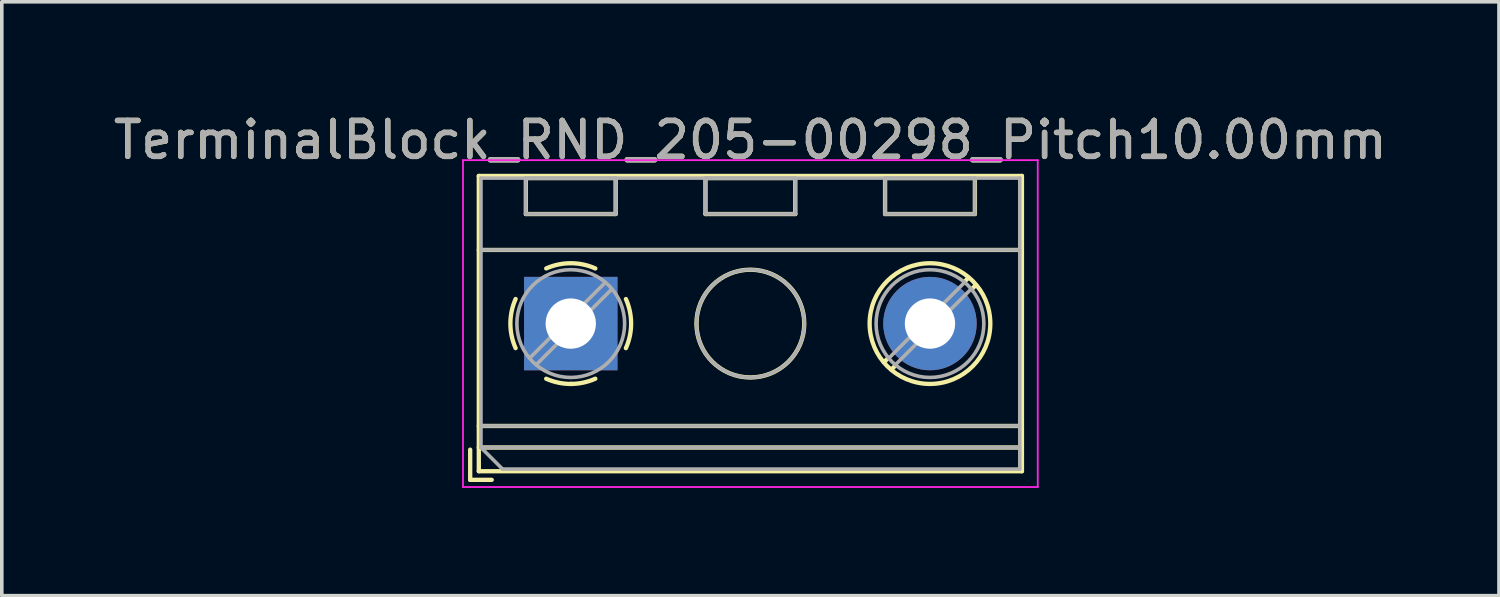
<source format=kicad_pcb>
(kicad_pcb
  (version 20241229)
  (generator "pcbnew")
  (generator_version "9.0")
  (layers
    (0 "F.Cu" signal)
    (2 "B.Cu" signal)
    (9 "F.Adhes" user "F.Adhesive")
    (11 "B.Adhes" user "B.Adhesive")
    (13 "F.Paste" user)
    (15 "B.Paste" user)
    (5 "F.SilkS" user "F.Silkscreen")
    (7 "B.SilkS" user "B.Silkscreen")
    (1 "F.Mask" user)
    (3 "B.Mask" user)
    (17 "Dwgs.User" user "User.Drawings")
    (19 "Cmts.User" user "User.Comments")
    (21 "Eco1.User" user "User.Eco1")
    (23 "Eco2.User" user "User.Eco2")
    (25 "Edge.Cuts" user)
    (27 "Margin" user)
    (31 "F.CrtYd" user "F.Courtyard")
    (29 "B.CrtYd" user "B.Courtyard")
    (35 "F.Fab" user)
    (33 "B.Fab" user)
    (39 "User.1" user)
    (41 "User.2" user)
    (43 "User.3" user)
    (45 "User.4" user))
  (footprint "TerminalBlock_RND_205-00298_Pitch10.00mm"
    (layer "F.Cu")
    (at 12.839 5.958)
    (property "Reference" "TerminalBlock_RND_205-00298_Pitch10.00mm" (at 5 -5.11 0) (layer "F.SilkS") (effects (font (size 1 1) (thickness 0.15))))
    (attr through_hole)
    (fp_line (start -2.8 3.51) (end -2.8 4.35) (stroke (width 0.12) (type solid)) (layer "F.SilkS"))
    (fp_line (start -2.8 4.35) (end -2.2 4.35) (stroke (width 0.12) (type solid)) (layer "F.SilkS"))
    (fp_line (start -2.56 -4.11) (end -2.56 4.11) (stroke (width 0.12) (type solid)) (layer "F.SilkS"))
    (fp_line (start -2.56 -2.05) (end 12.56 -2.05) (stroke (width 0.12) (type solid)) (layer "F.SilkS"))
    (fp_line (start -2.56 2.85) (end 12.56 2.85) (stroke (width 0.12) (type solid)) (layer "F.SilkS"))
    (fp_line (start -2.56 3.45) (end 12.56 3.45) (stroke (width 0.12) (type solid)) (layer "F.SilkS"))
    (fp_line (start -2.56 4.11) (end 12.56 4.11) (stroke (width 0.12) (type solid)) (layer "F.SilkS"))
    (fp_line (start -1.25 -4.05) (end -1.25 -3.05) (stroke (width 0.12) (type solid)) (layer "F.SilkS"))
    (fp_line (start -1.25 -4.05) (end 1.25 -4.05) (stroke (width 0.12) (type solid)) (layer "F.SilkS"))
    (fp_line (start -1.25 -3.05) (end 1.25 -3.05) (stroke (width 0.12) (type solid)) (layer "F.SilkS"))
    (fp_line (start 1.25 -4.05) (end 1.25 -3.05) (stroke (width 0.12) (type solid)) (layer "F.SilkS"))
    (fp_line (start 3.75 -4.05) (end 3.75 -3.05) (stroke (width 0.12) (type solid)) (layer "F.SilkS"))
    (fp_line (start 3.75 -4.05) (end 6.25 -4.05) (stroke (width 0.12) (type solid)) (layer "F.SilkS"))
    (fp_line (start 3.75 -3.05) (end 6.25 -3.05) (stroke (width 0.12) (type solid)) (layer "F.SilkS"))
    (fp_line (start 6.25 -4.05) (end 6.25 -3.05) (stroke (width 0.12) (type solid)) (layer "F.SilkS"))
    (fp_line (start 8.75 -4.05) (end 8.75 -3.05) (stroke (width 0.12) (type solid)) (layer "F.SilkS"))
    (fp_line (start 8.75 -4.05) (end 11.25 -4.05) (stroke (width 0.12) (type solid)) (layer "F.SilkS"))
    (fp_line (start 8.75 -3.05) (end 11.25 -3.05) (stroke (width 0.12) (type solid)) (layer "F.SilkS"))
    (fp_line (start 8.82 0.976) (end 8.726 1.069) (stroke (width 0.12) (type solid)) (layer "F.SilkS"))
    (fp_line (start 9.002 1.204) (end 8.931 1.274) (stroke (width 0.12) (type solid)) (layer "F.SilkS"))
    (fp_line (start 11.07 -1.275) (end 10.999 -1.204) (stroke (width 0.12) (type solid)) (layer "F.SilkS"))
    (fp_line (start 11.25 -4.05) (end 11.25 -3.05) (stroke (width 0.12) (type solid)) (layer "F.SilkS"))
    (fp_line (start 11.275 -1.069) (end 11.181 -0.976) (stroke (width 0.12) (type solid)) (layer "F.SilkS"))
    (fp_line (start 12.56 -4.11) (end -2.56 -4.11) (stroke (width 0.12) (type solid)) (layer "F.SilkS"))
    (fp_line (start 12.56 4.11) (end 12.56 -4.11) (stroke (width 0.12) (type solid)) (layer "F.SilkS"))
    (fp_arc (start -1.535427 0.683042) (mid -1.680501 -0.000524) (end -1.535 -0.684) (stroke (width 0.12) (type solid)) (layer "F.SilkS"))
    (fp_arc (start -0.683042 -1.535427) (mid 0.000524 -1.680501) (end 0.684 -1.535) (stroke (width 0.12) (type solid)) (layer "F.SilkS"))
    (fp_arc (start 0.028805 1.680253) (mid -0.335551 1.646659) (end -0.684 1.535) (stroke (width 0.12) (type solid)) (layer "F.SilkS"))
    (fp_arc (start 0.683318 1.534756) (mid 0.349292 1.643288) (end 0 1.68) (stroke (width 0.12) (type solid)) (layer "F.SilkS"))
    (fp_arc (start 1.535427 -0.683042) (mid 1.680501 0.000524) (end 1.535 0.684) (stroke (width 0.12) (type solid)) (layer "F.SilkS"))
    (fp_circle (center 5 0) (end 6.5 0) (stroke (width 0.12) (type solid)) (fill no) (layer "F.SilkS"))
    (fp_circle (center 10 0) (end 11.68 0) (stroke (width 0.12) (type solid)) (fill no) (layer "F.SilkS"))
    (fp_line (start -3 -4.55) (end -3 4.55) (stroke (width 0.05) (type solid)) (layer "F.CrtYd"))
    (fp_line (start -3 4.55) (end 13 4.55) (stroke (width 0.05) (type solid)) (layer "F.CrtYd"))
    (fp_line (start 13 -4.55) (end -3 -4.55) (stroke (width 0.05) (type solid)) (layer "F.CrtYd"))
    (fp_line (start 13 4.55) (end 13 -4.55) (stroke (width 0.05) (type solid)) (layer "F.CrtYd"))
    (fp_line (start -2.5 -4.05) (end 12.5 -4.05) (stroke (width 0.1) (type solid)) (layer "F.Fab"))
    (fp_line (start -2.5 -2.05) (end 12.5 -2.05) (stroke (width 0.1) (type solid)) (layer "F.Fab"))
    (fp_line (start -2.5 2.85) (end 12.5 2.85) (stroke (width 0.1) (type solid)) (layer "F.Fab"))
    (fp_line (start -2.5 3.45) (end -2.5 -4.05) (stroke (width 0.1) (type solid)) (layer "F.Fab"))
    (fp_line (start -2.5 3.45) (end 12.5 3.45) (stroke (width 0.1) (type solid)) (layer "F.Fab"))
    (fp_line (start -1.9 4.05) (end -2.5 3.45) (stroke (width 0.1) (type solid)) (layer "F.Fab"))
    (fp_line (start -1.25 -4.05) (end -1.25 -3.05) (stroke (width 0.1) (type solid)) (layer "F.Fab"))
    (fp_line (start -1.25 -3.05) (end 1.25 -3.05) (stroke (width 0.1) (type solid)) (layer "F.Fab"))
    (fp_line (start 0.955 -1.138) (end -1.138 0.955) (stroke (width 0.1) (type solid)) (layer "F.Fab"))
    (fp_line (start 1.138 -0.955) (end -0.955 1.138) (stroke (width 0.1) (type solid)) (layer "F.Fab"))
    (fp_line (start 1.25 -4.05) (end -1.25 -4.05) (stroke (width 0.1) (type solid)) (layer "F.Fab"))
    (fp_line (start 1.25 -3.05) (end 1.25 -4.05) (stroke (width 0.1) (type solid)) (layer "F.Fab"))
    (fp_line (start 3.75 -4.05) (end 3.75 -3.05) (stroke (width 0.1) (type solid)) (layer "F.Fab"))
    (fp_line (start 3.75 -3.05) (end 6.25 -3.05) (stroke (width 0.1) (type solid)) (layer "F.Fab"))
    (fp_line (start 6.25 -4.05) (end 3.75 -4.05) (stroke (width 0.1) (type solid)) (layer "F.Fab"))
    (fp_line (start 6.25 -3.05) (end 6.25 -4.05) (stroke (width 0.1) (type solid)) (layer "F.Fab"))
    (fp_line (start 8.75 -4.05) (end 8.75 -3.05) (stroke (width 0.1) (type solid)) (layer "F.Fab"))
    (fp_line (start 8.75 -3.05) (end 11.25 -3.05) (stroke (width 0.1) (type solid)) (layer "F.Fab"))
    (fp_line (start 10.955 -1.138) (end 8.863 0.955) (stroke (width 0.1) (type solid)) (layer "F.Fab"))
    (fp_line (start 11.138 -0.955) (end 9.046 1.138) (stroke (width 0.1) (type solid)) (layer "F.Fab"))
    (fp_line (start 11.25 -4.05) (end 8.75 -4.05) (stroke (width 0.1) (type solid)) (layer "F.Fab"))
    (fp_line (start 11.25 -3.05) (end 11.25 -4.05) (stroke (width 0.1) (type solid)) (layer "F.Fab"))
    (fp_line (start 12.5 -4.05) (end 12.5 4.05) (stroke (width 0.1) (type solid)) (layer "F.Fab"))
    (fp_line (start 12.5 4.05) (end -1.9 4.05) (stroke (width 0.1) (type solid)) (layer "F.Fab"))
    (fp_circle (center 0 0) (end 1.5 0) (stroke (width 0.1) (type solid)) (fill no) (layer "F.Fab"))
    (fp_circle (center 5 0) (end 6.5 0) (stroke (width 0.1) (type solid)) (fill no) (layer "F.Fab"))
    (fp_circle (center 10 0) (end 11.5 0) (stroke (width 0.1) (type solid)) (fill no) (layer "F.Fab"))
    (fp_text user "${REFERENCE}" (at 5 -5.11 0) (layer "F.Fab") (effects (font (size 1 1) (thickness 0.15))))
    (pad "1" thru_hole rect (at 0 0) (size 2.6 2.6) (drill 1.4) (layers "*.Cu" "*.Mask"))
    (pad "2" thru_hole oval (at 10 0) (size 2.6 2.6) (drill 1.4) (layers "*.Cu" "*.Mask")))
  (gr_rect
    (start -3 -3)
    (end 38.679 13.533)
    (stroke (width 0.1) (type default))
    (fill no)
    (layer "Edge.Cuts")))
</source>
